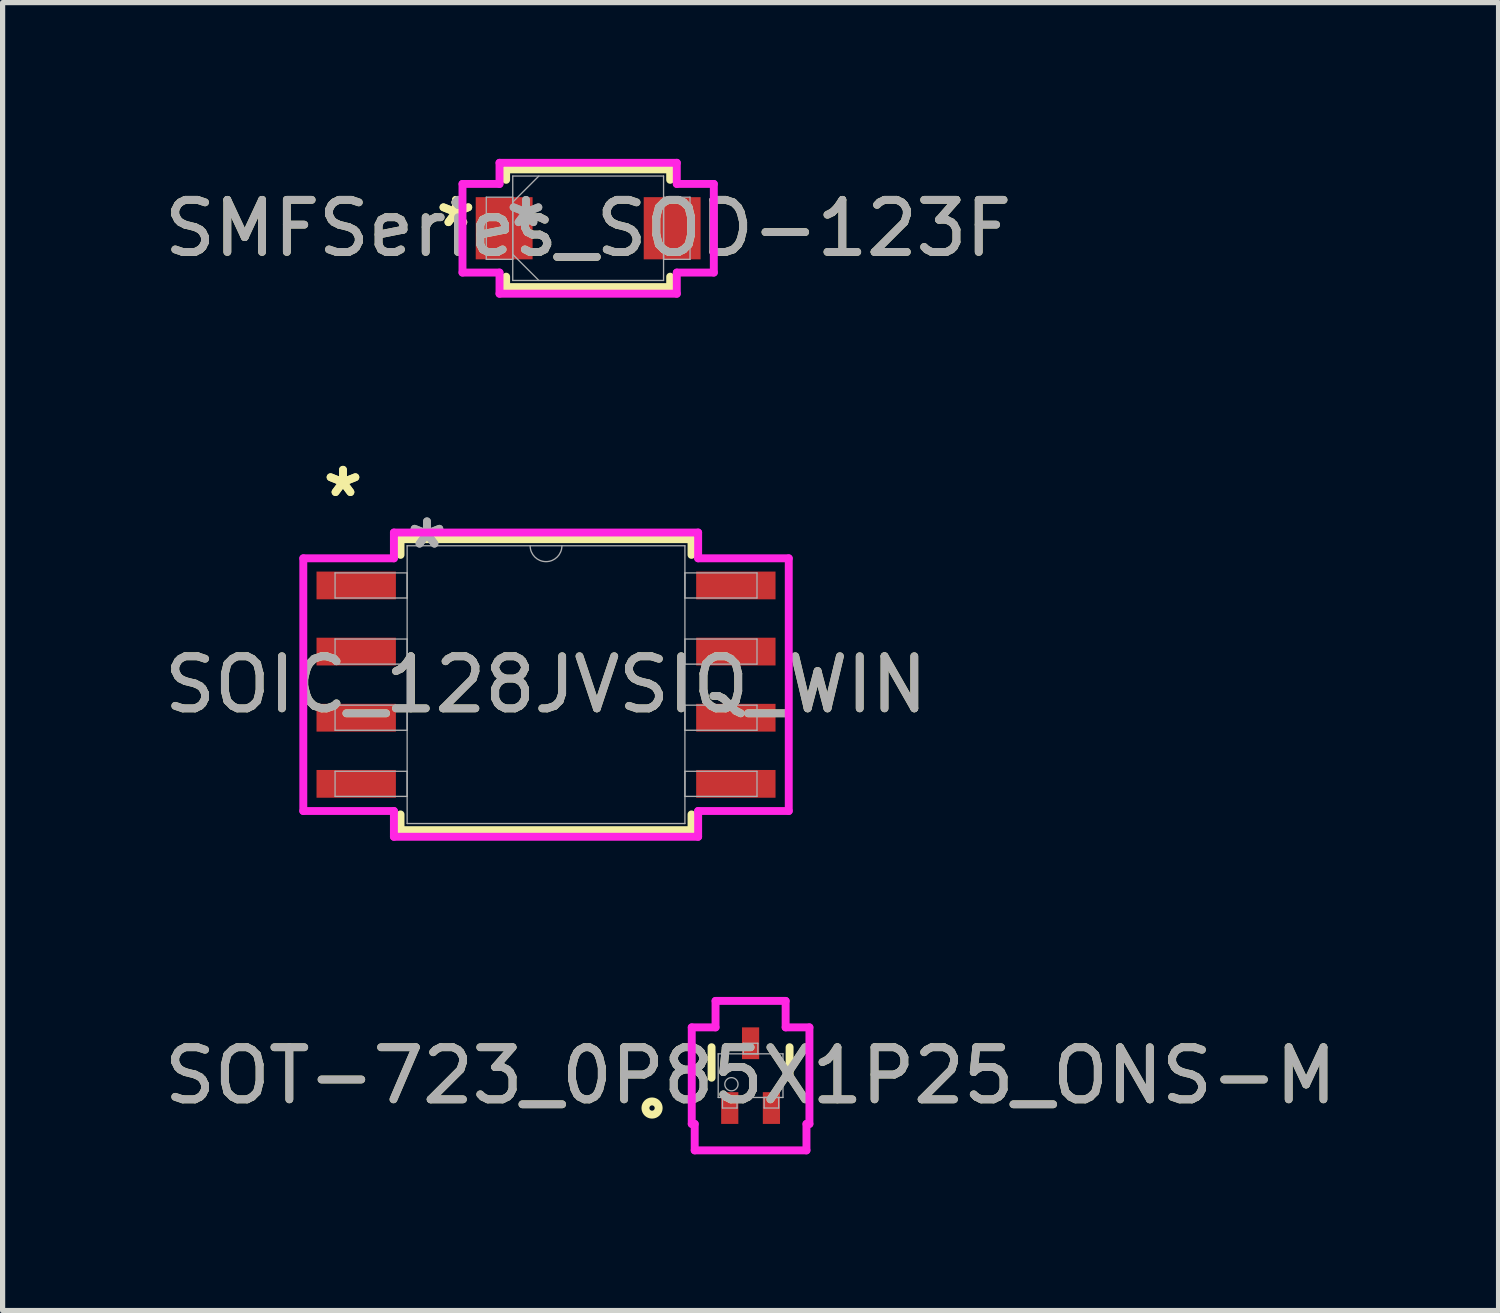
<source format=kicad_pcb>
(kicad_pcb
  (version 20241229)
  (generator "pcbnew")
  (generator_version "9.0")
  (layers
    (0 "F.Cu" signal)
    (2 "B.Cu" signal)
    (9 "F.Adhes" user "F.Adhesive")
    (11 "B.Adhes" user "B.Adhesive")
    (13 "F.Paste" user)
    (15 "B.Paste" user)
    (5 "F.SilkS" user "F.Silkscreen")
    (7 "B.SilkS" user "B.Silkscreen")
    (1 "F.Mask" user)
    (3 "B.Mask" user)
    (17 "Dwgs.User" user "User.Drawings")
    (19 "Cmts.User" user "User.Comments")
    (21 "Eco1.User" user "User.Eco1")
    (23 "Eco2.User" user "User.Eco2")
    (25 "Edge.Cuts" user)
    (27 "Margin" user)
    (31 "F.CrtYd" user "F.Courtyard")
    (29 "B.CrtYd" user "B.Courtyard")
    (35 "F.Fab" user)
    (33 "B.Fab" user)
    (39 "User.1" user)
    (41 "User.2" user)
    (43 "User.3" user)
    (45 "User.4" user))
  (footprint "SOT-723_0P85X1P25_ONS-M"
    (layer "F.Cu")
    (at 11.363 17.605)
    (property "Reference" "SOT-723_0P85X1P25_ONS-M" (at 0 0 0) (unlocked yes) (layer "F.SilkS") (effects (font (size 1 1) (thickness 0.15))))
    (attr smd)
    (fp_line (start -0.749 -0.546) (end -0.749 0.04) (stroke (width 0.152) (type solid)) (layer "F.SilkS"))
    (fp_line (start 0.749 0.04) (end 0.749 -0.546) (stroke (width 0.152) (type solid)) (layer "F.SilkS"))
    (fp_circle (center -1.892 0.622) (end -1.765 0.622) (stroke (width 0.152) (type solid)) (fill no) (layer "F.SilkS"))
    (fp_line (start -1.13 -0.927) (end -0.673 -0.927) (stroke (width 0.152) (type solid)) (layer "F.CrtYd"))
    (fp_line (start -1.13 0.927) (end -1.13 -0.927) (stroke (width 0.152) (type solid)) (layer "F.CrtYd"))
    (fp_line (start -1.13 0.927) (end -1.073 0.927) (stroke (width 0.152) (type solid)) (layer "F.CrtYd"))
    (fp_line (start -1.073 0.927) (end -1.073 1.435) (stroke (width 0.152) (type solid)) (layer "F.CrtYd"))
    (fp_line (start -1.073 1.435) (end 1.073 1.435) (stroke (width 0.152) (type solid)) (layer "F.CrtYd"))
    (fp_line (start -0.673 -1.435) (end 0.673 -1.435) (stroke (width 0.152) (type solid)) (layer "F.CrtYd"))
    (fp_line (start -0.673 -0.927) (end -0.673 -1.435) (stroke (width 0.152) (type solid)) (layer "F.CrtYd"))
    (fp_line (start 0.673 -0.927) (end 0.673 -1.435) (stroke (width 0.152) (type solid)) (layer "F.CrtYd"))
    (fp_line (start 1.073 0.927) (end 1.073 1.435) (stroke (width 0.152) (type solid)) (layer "F.CrtYd"))
    (fp_line (start 1.13 -0.927) (end 0.673 -0.927) (stroke (width 0.152) (type solid)) (layer "F.CrtYd"))
    (fp_line (start 1.13 -0.927) (end 1.13 0.927) (stroke (width 0.152) (type solid)) (layer "F.CrtYd"))
    (fp_line (start 1.13 0.927) (end 1.073 0.927) (stroke (width 0.152) (type solid)) (layer "F.CrtYd"))
    (fp_line (start -0.622 -0.419) (end -0.622 0.419) (stroke (width 0.025) (type solid)) (layer "F.Fab"))
    (fp_line (start -0.622 0.419) (end 0.622 0.419) (stroke (width 0.025) (type solid)) (layer "F.Fab"))
    (fp_line (start -0.54 0.419) (end -0.54 0.622) (stroke (width 0.025) (type solid)) (layer "F.Fab"))
    (fp_line (start -0.54 0.622) (end -0.26 0.622) (stroke (width 0.025) (type solid)) (layer "F.Fab"))
    (fp_line (start -0.26 0.419) (end -0.54 0.419) (stroke (width 0.025) (type solid)) (layer "F.Fab"))
    (fp_line (start -0.26 0.622) (end -0.26 0.419) (stroke (width 0.025) (type solid)) (layer "F.Fab"))
    (fp_line (start -0.14 -0.622) (end -0.14 -0.419) (stroke (width 0.025) (type solid)) (layer "F.Fab"))
    (fp_line (start -0.14 -0.419) (end 0.14 -0.419) (stroke (width 0.025) (type solid)) (layer "F.Fab"))
    (fp_line (start 0.14 -0.622) (end -0.14 -0.622) (stroke (width 0.025) (type solid)) (layer "F.Fab"))
    (fp_line (start 0.14 -0.419) (end 0.14 -0.622) (stroke (width 0.025) (type solid)) (layer "F.Fab"))
    (fp_line (start 0.26 0.419) (end 0.26 0.622) (stroke (width 0.025) (type solid)) (layer "F.Fab"))
    (fp_line (start 0.26 0.622) (end 0.54 0.622) (stroke (width 0.025) (type solid)) (layer "F.Fab"))
    (fp_line (start 0.54 0.419) (end 0.26 0.419) (stroke (width 0.025) (type solid)) (layer "F.Fab"))
    (fp_line (start 0.54 0.622) (end 0.54 0.419) (stroke (width 0.025) (type solid)) (layer "F.Fab"))
    (fp_line (start 0.622 -0.419) (end -0.622 -0.419) (stroke (width 0.025) (type solid)) (layer "F.Fab"))
    (fp_line (start 0.622 0.419) (end 0.622 -0.419) (stroke (width 0.025) (type solid)) (layer "F.Fab"))
    (fp_circle (center -0.368 0.165) (end -0.241 0.165) (stroke (width 0.025) (type solid)) (fill no) (layer "F.Fab"))
    (fp_text user "${REFERENCE}" (at 0 0 0) (unlocked yes) (layer "F.Fab") (effects (font (size 1 1) (thickness 0.15))))
    (pad "1" smd rect (at -0.4 0.622) (size 0.33 0.61) (layers "F.Cu" "F.Mask" "F.Paste"))
    (pad "2" smd rect (at 0.4 0.622) (size 0.33 0.61) (layers "F.Cu" "F.Mask" "F.Paste"))
    (pad "3" smd rect (at 0 -0.622) (size 0.33 0.61) (layers "F.Cu" "F.Mask" "F.Paste")))
  (footprint "SMFSeries_SOD-123F"
    (layer "F.Cu")
    (at 8.244 1.333)
    (property "Reference" "SMFSeries_SOD-123F" (at 0 0 0) (unlocked yes) (layer "F.SilkS") (effects (font (size 1 1) (thickness 0.15))))
    (attr smd)
    (fp_line (start -1.575 -1.13) (end -1.575 -0.93) (stroke (width 0.152) (type solid)) (layer "F.SilkS"))
    (fp_line (start -1.575 0.93) (end -1.575 1.13) (stroke (width 0.152) (type solid)) (layer "F.SilkS"))
    (fp_line (start -1.575 1.13) (end 1.575 1.13) (stroke (width 0.152) (type solid)) (layer "F.SilkS"))
    (fp_line (start 1.575 -1.13) (end -1.575 -1.13) (stroke (width 0.152) (type solid)) (layer "F.SilkS"))
    (fp_line (start 1.575 -0.93) (end 1.575 -1.13) (stroke (width 0.152) (type solid)) (layer "F.SilkS"))
    (fp_line (start 1.575 1.13) (end 1.575 0.93) (stroke (width 0.152) (type solid)) (layer "F.SilkS"))
    (fp_line (start -2.413 -0.851) (end -1.702 -0.851) (stroke (width 0.152) (type solid)) (layer "F.CrtYd"))
    (fp_line (start -2.413 0.851) (end -2.413 -0.851) (stroke (width 0.152) (type solid)) (layer "F.CrtYd"))
    (fp_line (start -1.702 -1.257) (end 1.702 -1.257) (stroke (width 0.152) (type solid)) (layer "F.CrtYd"))
    (fp_line (start -1.702 -0.851) (end -1.702 -1.257) (stroke (width 0.152) (type solid)) (layer "F.CrtYd"))
    (fp_line (start -1.702 0.851) (end -2.413 0.851) (stroke (width 0.152) (type solid)) (layer "F.CrtYd"))
    (fp_line (start -1.702 1.257) (end -1.702 0.851) (stroke (width 0.152) (type solid)) (layer "F.CrtYd"))
    (fp_line (start 1.702 -1.257) (end 1.702 -0.851) (stroke (width 0.152) (type solid)) (layer "F.CrtYd"))
    (fp_line (start 1.702 -0.851) (end 2.413 -0.851) (stroke (width 0.152) (type solid)) (layer "F.CrtYd"))
    (fp_line (start 1.702 0.851) (end 1.702 1.257) (stroke (width 0.152) (type solid)) (layer "F.CrtYd"))
    (fp_line (start 1.702 1.257) (end -1.702 1.257) (stroke (width 0.152) (type solid)) (layer "F.CrtYd"))
    (fp_line (start 2.413 -0.851) (end 2.413 0.851) (stroke (width 0.152) (type solid)) (layer "F.CrtYd"))
    (fp_line (start 2.413 0.851) (end 1.702 0.851) (stroke (width 0.152) (type solid)) (layer "F.CrtYd"))
    (fp_line (start -1.956 -0.597) (end -1.956 0.597) (stroke (width 0.025) (type solid)) (layer "F.Fab"))
    (fp_line (start -1.956 0.597) (end -1.448 0.597) (stroke (width 0.025) (type solid)) (layer "F.Fab"))
    (fp_line (start -1.448 -1.003) (end -1.448 1.003) (stroke (width 0.025) (type solid)) (layer "F.Fab"))
    (fp_line (start -1.448 -0.597) (end -1.956 -0.597) (stroke (width 0.025) (type solid)) (layer "F.Fab"))
    (fp_line (start -1.448 -0.502) (end -0.946 -1.003) (stroke (width 0.025) (type solid)) (layer "F.Fab"))
    (fp_line (start -1.448 0.502) (end -0.946 1.003) (stroke (width 0.025) (type solid)) (layer "F.Fab"))
    (fp_line (start -1.448 0.597) (end -1.448 -0.597) (stroke (width 0.025) (type solid)) (layer "F.Fab"))
    (fp_line (start -1.448 1.003) (end 1.448 1.003) (stroke (width 0.025) (type solid)) (layer "F.Fab"))
    (fp_line (start 1.448 -1.003) (end -1.448 -1.003) (stroke (width 0.025) (type solid)) (layer "F.Fab"))
    (fp_line (start 1.448 -0.597) (end 1.448 0.597) (stroke (width 0.025) (type solid)) (layer "F.Fab"))
    (fp_line (start 1.448 0.597) (end 1.956 0.597) (stroke (width 0.025) (type solid)) (layer "F.Fab"))
    (fp_line (start 1.448 1.003) (end 1.448 -1.003) (stroke (width 0.025) (type solid)) (layer "F.Fab"))
    (fp_line (start 1.956 -0.597) (end 1.448 -0.597) (stroke (width 0.025) (type solid)) (layer "F.Fab"))
    (fp_line (start 1.956 0.597) (end 1.956 -0.597) (stroke (width 0.025) (type solid)) (layer "F.Fab"))
    (fp_text user "*" (at -2.54 0 0) (unlocked yes) (layer "F.SilkS") (effects (font (size 1 1) (thickness 0.15))))
    (fp_text user "*" (at -2.54 0 0) (layer "F.SilkS") (effects (font (size 1 1) (thickness 0.15))))
    (fp_text user "${REFERENCE}" (at 0 0 0) (unlocked yes) (layer "F.Fab") (effects (font (size 1 1) (thickness 0.15))))
    (fp_text user "*" (at -1.194 0 0) (layer "F.Fab") (effects (font (size 1 1) (thickness 0.15))))
    (fp_text user "*" (at -1.194 0 0) (unlocked yes) (layer "F.Fab") (effects (font (size 1 1) (thickness 0.15))))
    (pad "1" smd rect (at -1.613 0) (size 1.092 1.194) (layers "F.Cu" "F.Mask" "F.Paste"))
    (pad "2" smd rect (at 1.613 0) (size 1.092 1.194) (layers "F.Cu" "F.Mask" "F.Paste"))
    (zone (net_name "") (layer "F.Cu") (hatch full 0.508) (connect_pads) (min_thickness 0.254) (filled_areas_thickness no) (keepout (tracks not_allowed) (vias not_allowed) (pads allowed) (copperpour not_allowed) (footprints allowed)) (placement (enabled no)) (fill) (polygon (pts (xy 7.228 0.381) (xy 9.26 0.381) (xy 9.26 2.286) (xy 7.228 2.286)))))
  (footprint "SOIC_128JVSIQ_WIN"
    (layer "F.Cu")
    (at 7.435 10.097)
    (property "Reference" "SOIC_128JVSIQ_WIN" (at 0 0 0) (unlocked yes) (layer "F.SilkS") (effects (font (size 1 1) (thickness 0.15))))
    (attr smd)
    (fp_line (start -2.794 -2.794) (end -2.794 -2.492) (stroke (width 0.152) (type solid)) (layer "F.SilkS"))
    (fp_line (start -2.794 2.492) (end -2.794 2.794) (stroke (width 0.152) (type solid)) (layer "F.SilkS"))
    (fp_line (start -2.794 2.794) (end 2.794 2.794) (stroke (width 0.152) (type solid)) (layer "F.SilkS"))
    (fp_line (start 2.794 -2.794) (end -2.794 -2.794) (stroke (width 0.152) (type solid)) (layer "F.SilkS"))
    (fp_line (start 2.794 -2.492) (end 2.794 -2.794) (stroke (width 0.152) (type solid)) (layer "F.SilkS"))
    (fp_line (start 2.794 2.794) (end 2.794 2.492) (stroke (width 0.152) (type solid)) (layer "F.SilkS"))
    (fp_line (start -4.661 -2.426) (end -2.921 -2.426) (stroke (width 0.152) (type solid)) (layer "F.CrtYd"))
    (fp_line (start -4.661 2.426) (end -4.661 -2.426) (stroke (width 0.152) (type solid)) (layer "F.CrtYd"))
    (fp_line (start -4.661 2.426) (end -2.921 2.426) (stroke (width 0.152) (type solid)) (layer "F.CrtYd"))
    (fp_line (start -2.921 -2.921) (end 2.921 -2.921) (stroke (width 0.152) (type solid)) (layer "F.CrtYd"))
    (fp_line (start -2.921 -2.426) (end -2.921 -2.921) (stroke (width 0.152) (type solid)) (layer "F.CrtYd"))
    (fp_line (start -2.921 2.921) (end -2.921 2.426) (stroke (width 0.152) (type solid)) (layer "F.CrtYd"))
    (fp_line (start 2.921 -2.921) (end 2.921 -2.426) (stroke (width 0.152) (type solid)) (layer "F.CrtYd"))
    (fp_line (start 2.921 2.426) (end 2.921 2.921) (stroke (width 0.152) (type solid)) (layer "F.CrtYd"))
    (fp_line (start 2.921 2.921) (end -2.921 2.921) (stroke (width 0.152) (type solid)) (layer "F.CrtYd"))
    (fp_line (start 4.661 -2.426) (end 2.921 -2.426) (stroke (width 0.152) (type solid)) (layer "F.CrtYd"))
    (fp_line (start 4.661 -2.426) (end 4.661 2.426) (stroke (width 0.152) (type solid)) (layer "F.CrtYd"))
    (fp_line (start 4.661 2.426) (end 2.921 2.426) (stroke (width 0.152) (type solid)) (layer "F.CrtYd"))
    (fp_line (start -4.051 -2.146) (end -4.051 -1.664) (stroke (width 0.025) (type solid)) (layer "F.Fab"))
    (fp_line (start -4.051 -1.664) (end -2.667 -1.664) (stroke (width 0.025) (type solid)) (layer "F.Fab"))
    (fp_line (start -4.051 -0.876) (end -4.051 -0.394) (stroke (width 0.025) (type solid)) (layer "F.Fab"))
    (fp_line (start -4.051 -0.394) (end -2.667 -0.394) (stroke (width 0.025) (type solid)) (layer "F.Fab"))
    (fp_line (start -4.051 0.394) (end -4.051 0.876) (stroke (width 0.025) (type solid)) (layer "F.Fab"))
    (fp_line (start -4.051 0.876) (end -2.667 0.876) (stroke (width 0.025) (type solid)) (layer "F.Fab"))
    (fp_line (start -4.051 1.664) (end -4.051 2.146) (stroke (width 0.025) (type solid)) (layer "F.Fab"))
    (fp_line (start -4.051 2.146) (end -2.667 2.146) (stroke (width 0.025) (type solid)) (layer "F.Fab"))
    (fp_line (start -2.667 -2.667) (end -2.667 2.667) (stroke (width 0.025) (type solid)) (layer "F.Fab"))
    (fp_line (start -2.667 -2.146) (end -4.051 -2.146) (stroke (width 0.025) (type solid)) (layer "F.Fab"))
    (fp_line (start -2.667 -1.664) (end -2.667 -2.146) (stroke (width 0.025) (type solid)) (layer "F.Fab"))
    (fp_line (start -2.667 -0.876) (end -4.051 -0.876) (stroke (width 0.025) (type solid)) (layer "F.Fab"))
    (fp_line (start -2.667 -0.394) (end -2.667 -0.876) (stroke (width 0.025) (type solid)) (layer "F.Fab"))
    (fp_line (start -2.667 0.394) (end -4.051 0.394) (stroke (width 0.025) (type solid)) (layer "F.Fab"))
    (fp_line (start -2.667 0.876) (end -2.667 0.394) (stroke (width 0.025) (type solid)) (layer "F.Fab"))
    (fp_line (start -2.667 1.664) (end -4.051 1.664) (stroke (width 0.025) (type solid)) (layer "F.Fab"))
    (fp_line (start -2.667 2.146) (end -2.667 1.664) (stroke (width 0.025) (type solid)) (layer "F.Fab"))
    (fp_line (start -2.667 2.667) (end 2.667 2.667) (stroke (width 0.025) (type solid)) (layer "F.Fab"))
    (fp_line (start 2.667 -2.667) (end -2.667 -2.667) (stroke (width 0.025) (type solid)) (layer "F.Fab"))
    (fp_line (start 2.667 -2.146) (end 2.667 -1.664) (stroke (width 0.025) (type solid)) (layer "F.Fab"))
    (fp_line (start 2.667 -1.664) (end 4.051 -1.664) (stroke (width 0.025) (type solid)) (layer "F.Fab"))
    (fp_line (start 2.667 -0.876) (end 2.667 -0.394) (stroke (width 0.025) (type solid)) (layer "F.Fab"))
    (fp_line (start 2.667 -0.394) (end 4.051 -0.394) (stroke (width 0.025) (type solid)) (layer "F.Fab"))
    (fp_line (start 2.667 0.394) (end 2.667 0.876) (stroke (width 0.025) (type solid)) (layer "F.Fab"))
    (fp_line (start 2.667 0.876) (end 4.051 0.876) (stroke (width 0.025) (type solid)) (layer "F.Fab"))
    (fp_line (start 2.667 1.664) (end 2.667 2.146) (stroke (width 0.025) (type solid)) (layer "F.Fab"))
    (fp_line (start 2.667 2.146) (end 4.051 2.146) (stroke (width 0.025) (type solid)) (layer "F.Fab"))
    (fp_line (start 2.667 2.667) (end 2.667 -2.667) (stroke (width 0.025) (type solid)) (layer "F.Fab"))
    (fp_line (start 4.051 -2.146) (end 2.667 -2.146) (stroke (width 0.025) (type solid)) (layer "F.Fab"))
    (fp_line (start 4.051 -1.664) (end 4.051 -2.146) (stroke (width 0.025) (type solid)) (layer "F.Fab"))
    (fp_line (start 4.051 -0.876) (end 2.667 -0.876) (stroke (width 0.025) (type solid)) (layer "F.Fab"))
    (fp_line (start 4.051 -0.394) (end 4.051 -0.876) (stroke (width 0.025) (type solid)) (layer "F.Fab"))
    (fp_line (start 4.051 0.394) (end 2.667 0.394) (stroke (width 0.025) (type solid)) (layer "F.Fab"))
    (fp_line (start 4.051 0.876) (end 4.051 0.394) (stroke (width 0.025) (type solid)) (layer "F.Fab"))
    (fp_line (start 4.051 1.664) (end 2.667 1.664) (stroke (width 0.025) (type solid)) (layer "F.Fab"))
    (fp_line (start 4.051 2.146) (end 4.051 1.664) (stroke (width 0.025) (type solid)) (layer "F.Fab"))
    (fp_arc (start 0.3048 -2.667) (mid 0 -2.3622) (end -0.3048 -2.667) (stroke (width 0.0254) (type solid)) (layer "F.Fab"))
    (fp_text user "*" (at -3.899 -3.581 0) (layer "F.SilkS") (effects (font (size 1 1) (thickness 0.15))))
    (fp_text user "*" (at -3.899 -3.581 0) (unlocked yes) (layer "F.SilkS") (effects (font (size 1 1) (thickness 0.15))))
    (fp_text user "${REFERENCE}" (at 0 0 0) (unlocked yes) (layer "F.Fab") (effects (font (size 1 1) (thickness 0.15))))
    (fp_text user "*" (at -2.286 -2.591 0) (layer "F.Fab") (effects (font (size 1 1) (thickness 0.15))))
    (fp_text user "*" (at -2.286 -2.591 0) (unlocked yes) (layer "F.Fab") (effects (font (size 1 1) (thickness 0.15))))
    (pad "1" smd rect (at -3.645 -1.905) (size 1.524 0.533) (layers "F.Cu" "F.Mask" "F.Paste"))
    (pad "2" smd rect (at -3.645 -0.635) (size 1.524 0.533) (layers "F.Cu" "F.Mask" "F.Paste"))
    (pad "3" smd rect (at -3.645 0.635) (size 1.524 0.533) (layers "F.Cu" "F.Mask" "F.Paste"))
    (pad "4" smd rect (at -3.645 1.905) (size 1.524 0.533) (layers "F.Cu" "F.Mask" "F.Paste"))
    (pad "5" smd rect (at 3.645 1.905) (size 1.524 0.533) (layers "F.Cu" "F.Mask" "F.Paste"))
    (pad "6" smd rect (at 3.645 0.635) (size 1.524 0.533) (layers "F.Cu" "F.Mask" "F.Paste"))
    (pad "7" smd rect (at 3.645 -0.635) (size 1.524 0.533) (layers "F.Cu" "F.Mask" "F.Paste"))
    (pad "8" smd rect (at 3.645 -1.905) (size 1.524 0.533) (layers "F.Cu" "F.Mask" "F.Paste")))
  (gr_rect
    (start -3 -3)
    (end 25.726 22.116)
    (stroke (width 0.1) (type default))
    (fill no)
    (layer "Edge.Cuts")))
</source>
